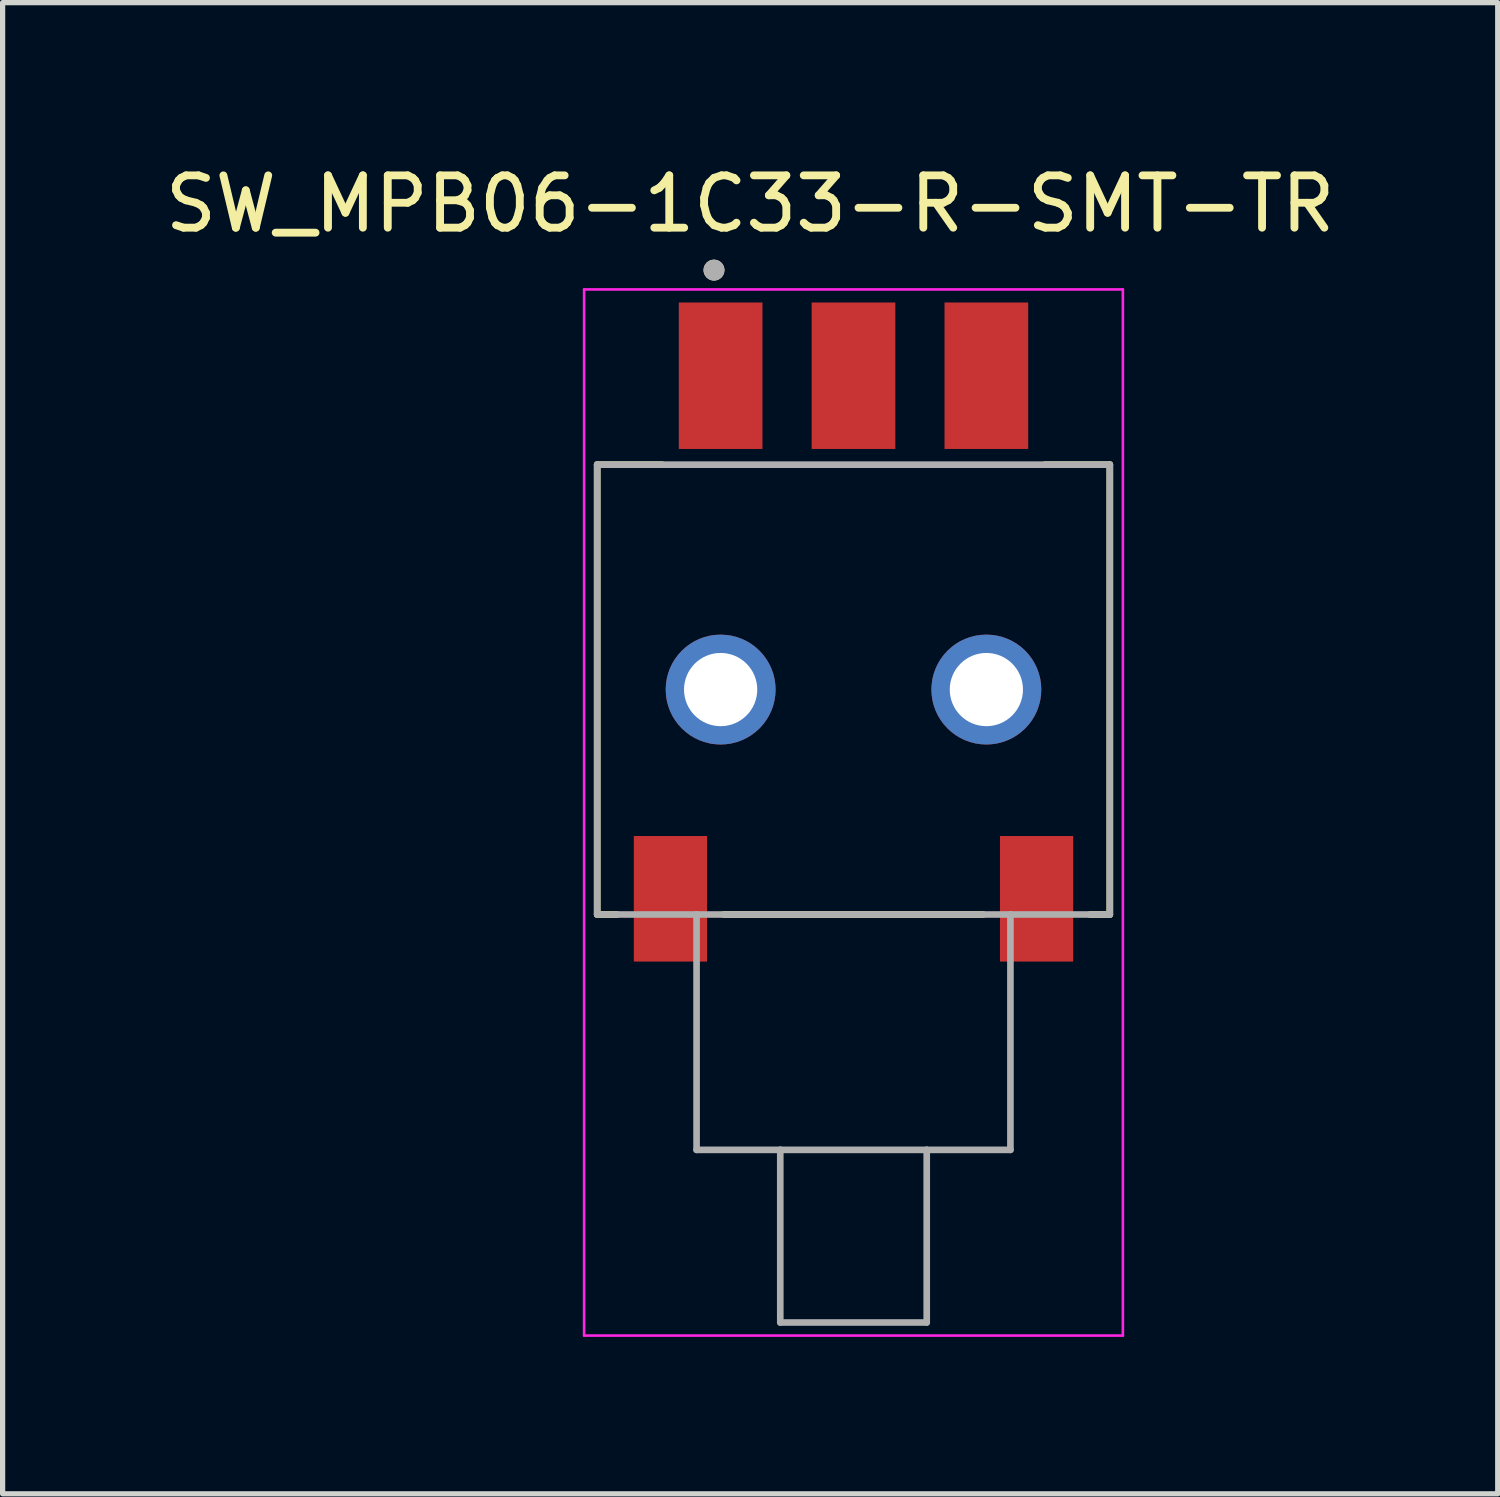
<source format=kicad_pcb>
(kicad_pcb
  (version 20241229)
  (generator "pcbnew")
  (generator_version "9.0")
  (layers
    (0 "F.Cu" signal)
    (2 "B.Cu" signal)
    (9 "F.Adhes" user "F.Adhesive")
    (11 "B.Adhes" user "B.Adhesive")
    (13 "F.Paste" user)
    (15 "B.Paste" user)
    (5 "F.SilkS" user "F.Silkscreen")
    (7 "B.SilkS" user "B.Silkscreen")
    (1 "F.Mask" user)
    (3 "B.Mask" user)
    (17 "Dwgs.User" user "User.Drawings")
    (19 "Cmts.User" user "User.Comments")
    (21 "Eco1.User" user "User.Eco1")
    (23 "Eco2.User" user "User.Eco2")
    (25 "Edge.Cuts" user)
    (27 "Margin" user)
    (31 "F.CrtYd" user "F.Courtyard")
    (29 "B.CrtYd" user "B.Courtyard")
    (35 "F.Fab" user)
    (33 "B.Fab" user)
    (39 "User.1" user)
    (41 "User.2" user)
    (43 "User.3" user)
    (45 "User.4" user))
  (footprint "SW_MPB06-1C33-R-SMT-TR"
    (layer "F.Cu")
    (at 13.267 10.133)
    (property "Reference" "SW_MPB06-1C33-R-SMT-TR" (at -1.975 -9.285 0) (layer "F.SilkS") (effects (font (size 1 1) (thickness 0.15))))
    (attr smd)
    (fp_line (start -4.9 -4.3) (end -4.9 4.3) (stroke (width 0.127) (type solid)) (layer "F.SilkS"))
    (fp_line (start -4.9 -4.3) (end -3.66 -4.3) (stroke (width 0.127) (type solid)) (layer "F.SilkS"))
    (fp_line (start -4.9 4.3) (end -4.52 4.3) (stroke (width 0.127) (type solid)) (layer "F.SilkS"))
    (fp_line (start -2.48 4.3) (end 2.48 4.3) (stroke (width 0.127) (type solid)) (layer "F.SilkS"))
    (fp_line (start 3.66 -4.3) (end 4.9 -4.3) (stroke (width 0.127) (type solid)) (layer "F.SilkS"))
    (fp_line (start 4.52 4.3) (end 4.9 4.3) (stroke (width 0.127) (type solid)) (layer "F.SilkS"))
    (fp_line (start 4.9 -4.3) (end 4.9 4.3) (stroke (width 0.127) (type solid)) (layer "F.SilkS"))
    (fp_circle (center -2.667 -8.019) (end -2.567 -8.019) (stroke (width 0.2) (type solid)) (fill no) (layer "F.SilkS"))
    (fp_line (start -5.15 -7.65) (end -5.15 12.35) (stroke (width 0.05) (type solid)) (layer "F.CrtYd"))
    (fp_line (start -5.15 12.35) (end 5.15 12.35) (stroke (width 0.05) (type solid)) (layer "F.CrtYd"))
    (fp_line (start 5.15 -7.65) (end -5.15 -7.65) (stroke (width 0.05) (type solid)) (layer "F.CrtYd"))
    (fp_line (start 5.15 12.35) (end 5.15 -7.65) (stroke (width 0.05) (type solid)) (layer "F.CrtYd"))
    (fp_line (start -4.9 -4.3) (end -4.9 4.3) (stroke (width 0.127) (type solid)) (layer "F.Fab"))
    (fp_line (start -4.9 -4.3) (end 4.9 -4.3) (stroke (width 0.127) (type solid)) (layer "F.Fab"))
    (fp_line (start -4.9 4.3) (end -3 4.3) (stroke (width 0.127) (type solid)) (layer "F.Fab"))
    (fp_line (start -3 4.3) (end -3 8.8) (stroke (width 0.127) (type solid)) (layer "F.Fab"))
    (fp_line (start -3 4.3) (end 3 4.3) (stroke (width 0.127) (type solid)) (layer "F.Fab"))
    (fp_line (start -3 8.8) (end -1.4 8.8) (stroke (width 0.127) (type solid)) (layer "F.Fab"))
    (fp_line (start -1.4 8.8) (end -1.4 12.1) (stroke (width 0.127) (type solid)) (layer "F.Fab"))
    (fp_line (start -1.4 8.8) (end 1.4 8.8) (stroke (width 0.127) (type solid)) (layer "F.Fab"))
    (fp_line (start -1.4 12.1) (end 1.4 12.1) (stroke (width 0.127) (type solid)) (layer "F.Fab"))
    (fp_line (start 1.4 8.8) (end 1.4 12.1) (stroke (width 0.127) (type solid)) (layer "F.Fab"))
    (fp_line (start 1.4 8.8) (end 3 8.8) (stroke (width 0.127) (type solid)) (layer "F.Fab"))
    (fp_line (start 3 4.3) (end 3 8.8) (stroke (width 0.127) (type solid)) (layer "F.Fab"))
    (fp_line (start 3 4.3) (end 4.9 4.3) (stroke (width 0.127) (type solid)) (layer "F.Fab"))
    (fp_line (start 4.9 -4.3) (end 4.9 4.3) (stroke (width 0.127) (type solid)) (layer "F.Fab"))
    (fp_circle (center -2.667 -8.019) (end -2.567 -8.019) (stroke (width 0.2) (type solid)) (fill no) (layer "F.Fab"))
    (pad "1" smd rect (at -2.54 -6) (size 1.6 2.8) (layers "F.Cu" "F.Mask" "F.Paste"))
    (pad "2" smd rect (at 0 -6) (size 1.6 2.8) (layers "F.Cu" "F.Mask" "F.Paste"))
    (pad "3" smd rect (at 2.54 -6) (size 1.6 2.8) (layers "F.Cu" "F.Mask" "F.Paste"))
    (pad "P1" thru_hole circle (at -2.54 0) (size 2.1 2.1) (drill 1.4) (layers "*.Cu" "*.Mask"))
    (pad "P2" thru_hole circle (at 2.54 0) (size 2.1 2.1) (drill 1.4) (layers "*.Cu" "*.Mask"))
    (pad "P3" smd rect (at -3.5 4) (size 1.4 2.4) (layers "F.Cu" "F.Mask" "F.Paste"))
    (pad "P4" smd rect (at 3.5 4) (size 1.4 2.4) (layers "F.Cu" "F.Mask" "F.Paste")))
  (gr_rect
    (start -3 -3)
    (end 25.583 25.508)
    (stroke (width 0.1) (type default))
    (fill no)
    (layer "Edge.Cuts")))
</source>
